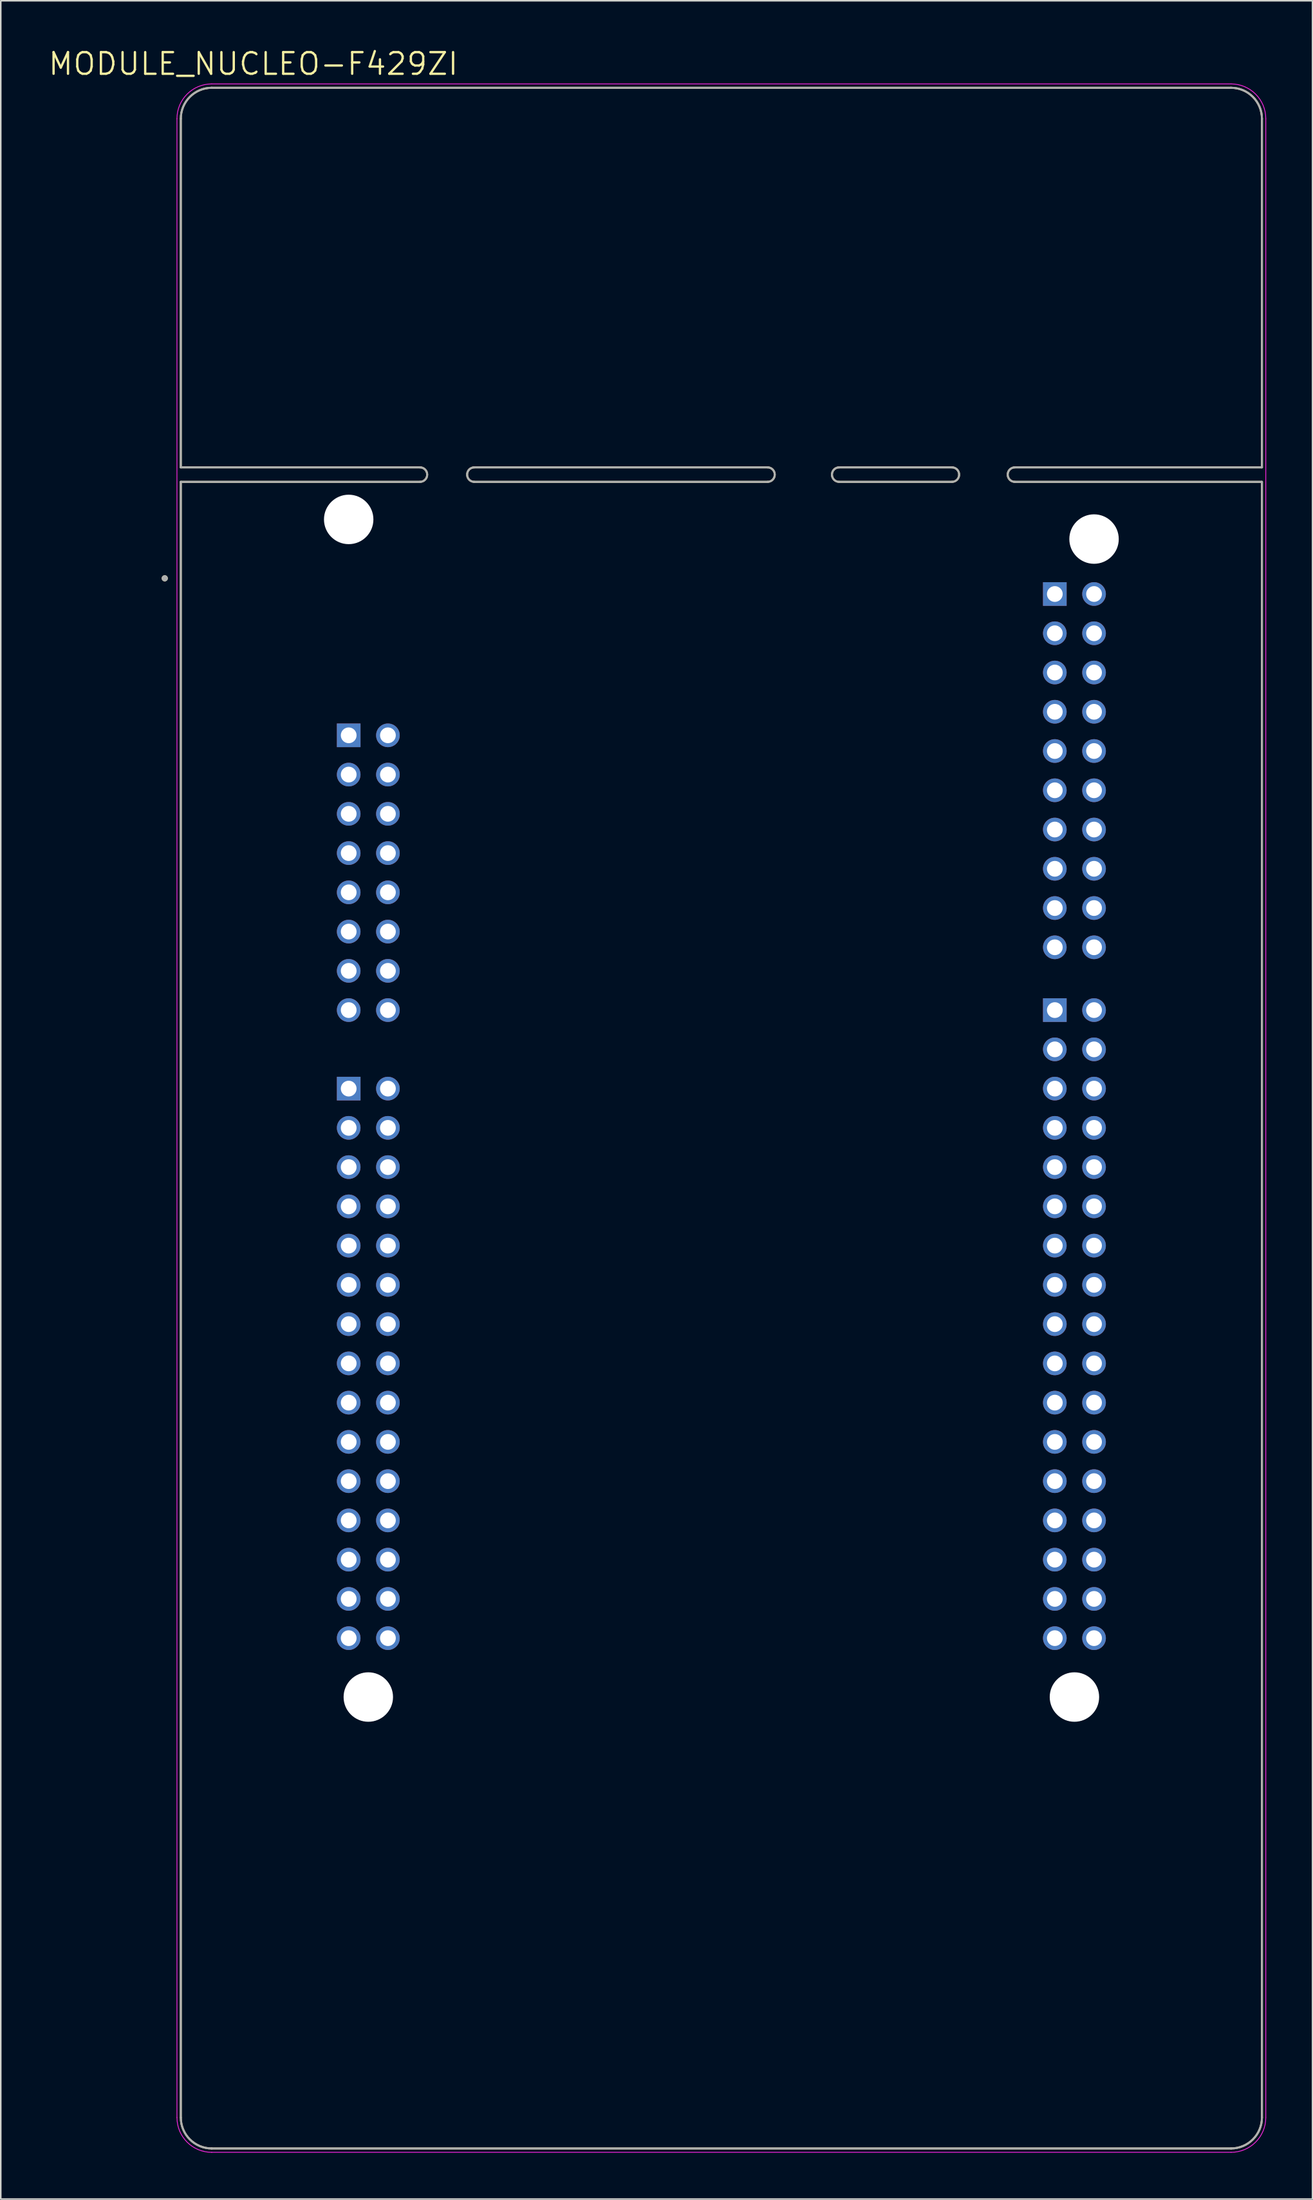
<source format=kicad_pcb>
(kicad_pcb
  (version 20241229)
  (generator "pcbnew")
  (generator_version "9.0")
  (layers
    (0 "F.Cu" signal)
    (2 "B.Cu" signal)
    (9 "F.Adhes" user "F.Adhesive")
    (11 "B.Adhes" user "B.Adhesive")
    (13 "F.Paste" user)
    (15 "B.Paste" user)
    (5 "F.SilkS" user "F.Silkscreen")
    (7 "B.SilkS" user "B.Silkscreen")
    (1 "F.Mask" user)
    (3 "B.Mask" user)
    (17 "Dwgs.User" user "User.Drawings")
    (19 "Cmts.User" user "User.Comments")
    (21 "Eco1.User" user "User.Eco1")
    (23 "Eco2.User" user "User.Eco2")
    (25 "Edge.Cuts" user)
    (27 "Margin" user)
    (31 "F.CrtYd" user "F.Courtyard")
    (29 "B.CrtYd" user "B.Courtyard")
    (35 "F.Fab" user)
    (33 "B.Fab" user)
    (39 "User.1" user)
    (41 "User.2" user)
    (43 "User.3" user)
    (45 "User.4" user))
  (footprint "MODULE_NUCLEO-F429ZI"
    (layer "F.Cu")
    (at 43.657 69.301)
    (property "Reference" "MODULE_NUCLEO-F429ZI" (at -30.305 -68.219 0) (layer "F.SilkS") (effects (font (size 1.4 1.4) (thickness 0.15))))
    (attr through_hole)
    (fp_line (start -35 -64.67) (end -35 -42.11) (stroke (width 0.127) (type solid)) (layer "F.SilkS"))
    (fp_line (start -35 -42.11) (end -19.507 -42.11) (stroke (width 0.127) (type solid)) (layer "F.SilkS"))
    (fp_line (start -35 -41.17) (end -35 64.67) (stroke (width 0.127) (type solid)) (layer "F.SilkS"))
    (fp_line (start -35 -41.17) (end -19.507 -41.17) (stroke (width 0.127) (type solid)) (layer "F.SilkS"))
    (fp_line (start -33 66.67) (end 33 66.67) (stroke (width 0.127) (type solid)) (layer "F.SilkS"))
    (fp_line (start -16.002 -42.11) (end 2.997 -42.11) (stroke (width 0.127) (type solid)) (layer "F.SilkS"))
    (fp_line (start -16.002 -41.17) (end 2.997 -41.17) (stroke (width 0.127) (type solid)) (layer "F.SilkS"))
    (fp_line (start 7.62 -42.11) (end 14.935 -42.11) (stroke (width 0.127) (type solid)) (layer "F.SilkS"))
    (fp_line (start 7.62 -41.17) (end 14.935 -41.17) (stroke (width 0.127) (type solid)) (layer "F.SilkS"))
    (fp_line (start 18.999 -42.11) (end 35 -42.11) (stroke (width 0.127) (type solid)) (layer "F.SilkS"))
    (fp_line (start 18.999 -41.17) (end 35 -41.17) (stroke (width 0.127) (type solid)) (layer "F.SilkS"))
    (fp_line (start 33 -66.67) (end -33 -66.67) (stroke (width 0.127) (type solid)) (layer "F.SilkS"))
    (fp_line (start 35 -42.11) (end 35 -64.67) (stroke (width 0.127) (type solid)) (layer "F.SilkS"))
    (fp_line (start 35 64.67) (end 35 -41.17) (stroke (width 0.127) (type solid)) (layer "F.SilkS"))
    (fp_arc (start -35 -64.67) (mid -34.414214 -66.084214) (end -33 -66.67) (stroke (width 0.127) (type solid)) (layer "F.SilkS"))
    (fp_arc (start -33 66.67) (mid -34.414214 66.084214) (end -35 64.67) (stroke (width 0.127) (type solid)) (layer "F.SilkS"))
    (fp_arc (start -19.507199 -42.11) (mid -19.044602 -41.64) (end -19.5072 -41.17) (stroke (width 0.127) (type solid)) (layer "F.SilkS"))
    (fp_arc (start -16.002001 -41.17) (mid -16.464598 -41.64) (end -16.002 -42.11) (stroke (width 0.127) (type solid)) (layer "F.SilkS"))
    (fp_arc (start 2.997201 -42.11) (mid 3.459798 -41.64) (end 2.9972 -41.17) (stroke (width 0.127) (type solid)) (layer "F.SilkS"))
    (fp_arc (start 7.619999 -41.17) (mid 7.157402 -41.64) (end 7.62 -42.11) (stroke (width 0.127) (type solid)) (layer "F.SilkS"))
    (fp_arc (start 14.935201 -42.11) (mid 15.397798 -41.64) (end 14.9352 -41.17) (stroke (width 0.127) (type solid)) (layer "F.SilkS"))
    (fp_arc (start 18.999199 -41.17) (mid 18.536602 -41.64) (end 18.9992 -42.11) (stroke (width 0.127) (type solid)) (layer "F.SilkS"))
    (fp_arc (start 33 -66.67) (mid 34.414214 -66.084214) (end 35 -64.67) (stroke (width 0.127) (type solid)) (layer "F.SilkS"))
    (fp_arc (start 35 64.67) (mid 34.414214 66.084214) (end 33 66.67) (stroke (width 0.127) (type solid)) (layer "F.SilkS"))
    (fp_circle (center -36.04 -34.93) (end -35.94 -34.93) (stroke (width 0.2) (type solid)) (fill no) (layer "F.SilkS"))
    (fp_line (start -35.25 -64.67) (end -35.25 64.67) (stroke (width 0.05) (type solid)) (layer "F.CrtYd"))
    (fp_line (start -33 66.92) (end 33 66.92) (stroke (width 0.05) (type solid)) (layer "F.CrtYd"))
    (fp_line (start 33 -66.92) (end -33 -66.92) (stroke (width 0.05) (type solid)) (layer "F.CrtYd"))
    (fp_line (start 35.25 64.67) (end 35.25 -64.67) (stroke (width 0.05) (type solid)) (layer "F.CrtYd"))
    (fp_arc (start -35.25 -64.67) (mid -34.59099 -66.26099) (end -33 -66.92) (stroke (width 0.05) (type solid)) (layer "F.CrtYd"))
    (fp_arc (start -33 66.92) (mid -34.59099 66.26099) (end -35.25 64.67) (stroke (width 0.05) (type solid)) (layer "F.CrtYd"))
    (fp_arc (start 33 -66.92) (mid 34.59099 -66.26099) (end 35.25 -64.67) (stroke (width 0.05) (type solid)) (layer "F.CrtYd"))
    (fp_arc (start 35.25 64.67) (mid 34.59099 66.26099) (end 33 66.92) (stroke (width 0.05) (type solid)) (layer "F.CrtYd"))
    (fp_line (start -35 -64.67) (end -35 -42.11) (stroke (width 0.127) (type solid)) (layer "F.Fab"))
    (fp_line (start -35 -42.11) (end -19.507 -42.11) (stroke (width 0.127) (type solid)) (layer "F.Fab"))
    (fp_line (start -35 -41.17) (end -35 64.67) (stroke (width 0.127) (type solid)) (layer "F.Fab"))
    (fp_line (start -35 -41.17) (end -19.507 -41.17) (stroke (width 0.127) (type solid)) (layer "F.Fab"))
    (fp_line (start -33 66.67) (end 33 66.67) (stroke (width 0.127) (type solid)) (layer "F.Fab"))
    (fp_line (start -16.002 -42.11) (end 2.997 -42.11) (stroke (width 0.127) (type solid)) (layer "F.Fab"))
    (fp_line (start -16.002 -41.17) (end 2.997 -41.17) (stroke (width 0.127) (type solid)) (layer "F.Fab"))
    (fp_line (start 7.62 -42.11) (end 14.935 -42.11) (stroke (width 0.127) (type solid)) (layer "F.Fab"))
    (fp_line (start 7.62 -41.17) (end 14.935 -41.17) (stroke (width 0.127) (type solid)) (layer "F.Fab"))
    (fp_line (start 18.999 -42.11) (end 35 -42.11) (stroke (width 0.127) (type solid)) (layer "F.Fab"))
    (fp_line (start 18.999 -41.17) (end 35 -41.17) (stroke (width 0.127) (type solid)) (layer "F.Fab"))
    (fp_line (start 33 -66.67) (end -33 -66.67) (stroke (width 0.127) (type solid)) (layer "F.Fab"))
    (fp_line (start 35 -42.11) (end 35 -64.67) (stroke (width 0.127) (type solid)) (layer "F.Fab"))
    (fp_line (start 35 64.67) (end 35 -41.17) (stroke (width 0.127) (type solid)) (layer "F.Fab"))
    (fp_arc (start -35 -64.67) (mid -34.414214 -66.084214) (end -33 -66.67) (stroke (width 0.127) (type solid)) (layer "F.Fab"))
    (fp_arc (start -33 66.67) (mid -34.414214 66.084214) (end -35 64.67) (stroke (width 0.127) (type solid)) (layer "F.Fab"))
    (fp_arc (start -19.507199 -42.11) (mid -19.044602 -41.64) (end -19.5072 -41.17) (stroke (width 0.127) (type solid)) (layer "F.Fab"))
    (fp_arc (start -16.002001 -41.17) (mid -16.464598 -41.64) (end -16.002 -42.11) (stroke (width 0.127) (type solid)) (layer "F.Fab"))
    (fp_arc (start 2.997201 -42.11) (mid 3.459798 -41.64) (end 2.9972 -41.17) (stroke (width 0.127) (type solid)) (layer "F.Fab"))
    (fp_arc (start 7.619999 -41.17) (mid 7.157402 -41.64) (end 7.62 -42.11) (stroke (width 0.127) (type solid)) (layer "F.Fab"))
    (fp_arc (start 14.935201 -42.11) (mid 15.397798 -41.64) (end 14.9352 -41.17) (stroke (width 0.127) (type solid)) (layer "F.Fab"))
    (fp_arc (start 18.999199 -41.17) (mid 18.536602 -41.64) (end 18.9992 -42.11) (stroke (width 0.127) (type solid)) (layer "F.Fab"))
    (fp_arc (start 33 -66.67) (mid 34.414214 -66.084214) (end 35 -64.67) (stroke (width 0.127) (type solid)) (layer "F.Fab"))
    (fp_arc (start 35 64.67) (mid 34.414214 66.084214) (end 33 66.67) (stroke (width 0.127) (type solid)) (layer "F.Fab"))
    (fp_circle (center -36.04 -34.93) (end -35.94 -34.93) (stroke (width 0.2) (type solid)) (fill no) (layer "F.Fab"))
    (pad "" np_thru_hole circle (at -24.13 -38.74) (size 3.2 3.2) (drill 3.2) (layers "*.Cu" "*.Mask"))
    (pad "" np_thru_hole circle (at -22.86 37.46) (size 3.2 3.2) (drill 3.2) (layers "*.Cu" "*.Mask"))
    (pad "" np_thru_hole circle (at 22.86 37.46) (size 3.2 3.2) (drill 3.2) (layers "*.Cu" "*.Mask"))
    (pad "" np_thru_hole circle (at 24.13 -37.47) (size 3.2 3.2) (drill 3.2) (layers "*.Cu" "*.Mask"))
    (pad "1" thru_hole circle (at -21.59 -19.69) (size 1.53 1.53) (drill 1.02) (layers "*.Cu" "*.Mask"))
    (pad "2" thru_hole circle (at -21.59 -17.15) (size 1.53 1.53) (drill 1.02) (layers "*.Cu" "*.Mask"))
    (pad "3" thru_hole circle (at -21.59 -14.61) (size 1.53 1.53) (drill 1.02) (layers "*.Cu" "*.Mask"))
    (pad "4" thru_hole circle (at -21.59 -12.07) (size 1.53 1.53) (drill 1.02) (layers "*.Cu" "*.Mask"))
    (pad "8" thru_hole circle (at -24.13 26.03) (size 1.53 1.53) (drill 1.02) (layers "*.Cu" "*.Mask"))
    (pad "11" thru_hole circle (at -21.59 28.57) (size 1.53 1.53) (drill 1.02) (layers "*.Cu" "*.Mask"))
    (pad "12" thru_hole circle (at -24.13 -22.23) (size 1.53 1.53) (drill 1.02) (layers "*.Cu" "*.Mask"))
    (pad "14" thru_hole circle (at -24.13 -19.69) (size 1.53 1.53) (drill 1.02) (layers "*.Cu" "*.Mask"))
    (pad "16" thru_hole circle (at -24.13 -17.15) (size 1.53 1.53) (drill 1.02) (layers "*.Cu" "*.Mask"))
    (pad "17" thru_hole circle (at 21.59 -23.754) (size 1.53 1.53) (drill 1.02) (layers "*.Cu" "*.Mask"))
    (pad "18" thru_hole circle (at -24.13 -14.61) (size 1.53 1.53) (drill 1.02) (layers "*.Cu" "*.Mask"))
    (pad "19" thru_hole circle (at -24.13 -12.07) (size 1.53 1.53) (drill 1.02) (layers "*.Cu" "*.Mask"))
    (pad "20" thru_hole circle (at -24.13 -9.53) (size 1.53 1.53) (drill 1.02) (layers "*.Cu" "*.Mask"))
    (pad "24" thru_hole circle (at -24.13 -6.99) (size 1.53 1.53) (drill 1.02) (layers "*.Cu" "*.Mask"))
    (pad "28" thru_hole circle (at 21.59 28.57) (size 1.53 1.53) (drill 1.02) (layers "*.Cu" "*.Mask"))
    (pad "32" thru_hole circle (at 21.59 -13.594) (size 1.53 1.53) (drill 1.02) (layers "*.Cu" "*.Mask"))
    (pad "34" thru_hole circle (at 21.59 31.11) (size 1.53 1.53) (drill 1.02) (layers "*.Cu" "*.Mask"))
    (pad "35" thru_hole circle (at 21.59 3.17) (size 1.53 1.53) (drill 1.02) (layers "*.Cu" "*.Mask"))
    (pad "37" thru_hole circle (at -24.13 3.17) (size 1.53 1.53) (drill 1.02) (layers "*.Cu" "*.Mask"))
    (pad "38" thru_hole circle (at -24.13 0.63) (size 1.53 1.53) (drill 1.02) (layers "*.Cu" "*.Mask"))
    (pad "39" thru_hole circle (at -21.59 5.71) (size 1.53 1.53) (drill 1.02) (layers "*.Cu" "*.Mask"))
    (pad "40" thru_hole circle (at -21.59 8.25) (size 1.53 1.53) (drill 1.02) (layers "*.Cu" "*.Mask"))
    (pad "41" thru_hole circle (at -21.59 3.17) (size 1.53 1.53) (drill 1.02) (layers "*.Cu" "*.Mask"))
    (pad "42" thru_hole circle (at -21.59 -9.53) (size 1.53 1.53) (drill 1.02) (layers "*.Cu" "*.Mask"))
    (pad "43" thru_hole circle (at -21.59 0.63) (size 1.53 1.53) (drill 1.02) (layers "*.Cu" "*.Mask"))
    (pad "44" thru_hole circle (at -21.59 -6.99) (size 1.53 1.53) (drill 1.02) (layers "*.Cu" "*.Mask"))
    (pad "45" thru_hole circle (at -21.59 -1.91) (size 1.53 1.53) (drill 1.02) (layers "*.Cu" "*.Mask"))
    (pad "46" thru_hole circle (at -21.59 13.33) (size 1.53 1.53) (drill 1.02) (layers "*.Cu" "*.Mask"))
    (pad "46" thru_hole circle (at 21.59 23.49) (size 1.53 1.53) (drill 1.02) (layers "*.Cu" "*.Mask"))
    (pad "47" thru_hole circle (at -21.59 23.49) (size 1.53 1.53) (drill 1.02) (layers "*.Cu" "*.Mask"))
    (pad "48" thru_hole circle (at -21.59 15.87) (size 1.53 1.53) (drill 1.02) (layers "*.Cu" "*.Mask"))
    (pad "49" thru_hole circle (at -21.59 10.79) (size 1.53 1.53) (drill 1.02) (layers "*.Cu" "*.Mask"))
    (pad "50" thru_hole circle (at -21.59 18.41) (size 1.53 1.53) (drill 1.02) (layers "*.Cu" "*.Mask"))
    (pad "51" thru_hole circle (at -24.13 20.95) (size 1.53 1.53) (drill 1.02) (layers "*.Cu" "*.Mask"))
    (pad "52" thru_hole circle (at -24.13 18.41) (size 1.53 1.53) (drill 1.02) (layers "*.Cu" "*.Mask"))
    (pad "53" thru_hole circle (at -24.13 23.49) (size 1.53 1.53) (drill 1.02) (layers "*.Cu" "*.Mask"))
    (pad "54" thru_hole circle (at -21.59 26.03) (size 1.53 1.53) (drill 1.02) (layers "*.Cu" "*.Mask"))
    (pad "55" thru_hole circle (at -24.13 31.11) (size 1.53 1.53) (drill 1.02) (layers "*.Cu" "*.Mask"))
    (pad "56" thru_hole circle (at -21.59 31.11) (size 1.53 1.53) (drill 1.02) (layers "*.Cu" "*.Mask"))
    (pad "57" thru_hole circle (at -24.13 28.57) (size 1.53 1.53) (drill 1.02) (layers "*.Cu" "*.Mask"))
    (pad "58" thru_hole circle (at -21.59 33.65) (size 1.53 1.53) (drill 1.02) (layers "*.Cu" "*.Mask"))
    (pad "59" thru_hole circle (at -24.13 33.65) (size 1.53 1.53) (drill 1.02) (layers "*.Cu" "*.Mask"))
    (pad "60" thru_hole circle (at 24.13 -26.294) (size 1.53 1.53) (drill 1.02) (layers "*.Cu" "*.Mask"))
    (pad "62" thru_hole circle (at -21.59 20.95) (size 1.53 1.53) (drill 1.02) (layers "*.Cu" "*.Mask"))
    (pad "63" thru_hole circle (at 24.13 10.79) (size 1.53 1.53) (drill 1.02) (layers "*.Cu" "*.Mask"))
    (pad "73" thru_hole circle (at -21.59 -22.23) (size 1.53 1.53) (drill 1.02) (layers "*.Cu" "*.Mask"))
    (pad "74" thru_hole circle (at -21.59 -24.77) (size 1.53 1.53) (drill 1.02) (layers "*.Cu" "*.Mask"))
    (pad "75" thru_hole circle (at 24.13 -33.914) (size 1.53 1.53) (drill 1.02) (layers "*.Cu" "*.Mask"))
    (pad "76" thru_hole rect (at 21.59 -33.914) (size 1.53 1.53) (drill 1.02) (layers "*.Cu" "*.Mask"))
    (pad "77" thru_hole circle (at 24.13 -31.374) (size 1.53 1.53) (drill 1.02) (layers "*.Cu" "*.Mask"))
    (pad "79" thru_hole rect (at 21.59 -6.99) (size 1.53 1.53) (drill 1.02) (layers "*.Cu" "*.Mask"))
    (pad "79" thru_hole circle (at 24.13 -28.834) (size 1.53 1.53) (drill 1.02) (layers "*.Cu" "*.Mask"))
    (pad "81" thru_hole circle (at 21.59 26.03) (size 1.53 1.53) (drill 1.02) (layers "*.Cu" "*.Mask"))
    (pad "83" thru_hole circle (at 24.13 -23.754) (size 1.53 1.53) (drill 1.02) (layers "*.Cu" "*.Mask"))
    (pad "85" thru_hole circle (at 24.13 -21.214) (size 1.53 1.53) (drill 1.02) (layers "*.Cu" "*.Mask"))
    (pad "87" thru_hole circle (at -24.13 15.87) (size 1.53 1.53) (drill 1.02) (layers "*.Cu" "*.Mask"))
    (pad "87" thru_hole circle (at 24.13 -18.674) (size 1.53 1.53) (drill 1.02) (layers "*.Cu" "*.Mask"))
    (pad "88" thru_hole circle (at 21.59 -26.294) (size 1.53 1.53) (drill 1.02) (layers "*.Cu" "*.Mask"))
    (pad "89" thru_hole circle (at 21.59 8.25) (size 1.53 1.53) (drill 1.02) (layers "*.Cu" "*.Mask"))
    (pad "90" thru_hole circle (at 24.13 33.65) (size 1.53 1.53) (drill 1.02) (layers "*.Cu" "*.Mask"))
    (pad "91" thru_hole circle (at 21.59 -21.214) (size 1.53 1.53) (drill 1.02) (layers "*.Cu" "*.Mask"))
    (pad "92" thru_hole circle (at 24.13 18.41) (size 1.53 1.53) (drill 1.02) (layers "*.Cu" "*.Mask"))
    (pad "94" thru_hole circle (at 21.59 10.79) (size 1.53 1.53) (drill 1.02) (layers "*.Cu" "*.Mask"))
    (pad "96" thru_hole circle (at 21.59 0.63) (size 1.53 1.53) (drill 1.02) (layers "*.Cu" "*.Mask"))
    (pad "97" thru_hole circle (at 24.13 31.11) (size 1.53 1.53) (drill 1.02) (layers "*.Cu" "*.Mask"))
    (pad "98" thru_hole circle (at 21.59 -31.374) (size 1.53 1.53) (drill 1.02) (layers "*.Cu" "*.Mask"))
    (pad "99" thru_hole circle (at 21.59 -11.054) (size 1.53 1.53) (drill 1.02) (layers "*.Cu" "*.Mask"))
    (pad "101" thru_hole circle (at 21.59 -18.674) (size 1.53 1.53) (drill 1.02) (layers "*.Cu" "*.Mask"))
    (pad "102" thru_hole circle (at 21.59 -28.834) (size 1.53 1.53) (drill 1.02) (layers "*.Cu" "*.Mask"))
    (pad "103" thru_hole circle (at 21.59 -16.134) (size 1.53 1.53) (drill 1.02) (layers "*.Cu" "*.Mask"))
    (pad "104" thru_hole circle (at 21.59 -4.45) (size 1.53 1.53) (drill 1.02) (layers "*.Cu" "*.Mask"))
    (pad "108" thru_hole circle (at -24.13 8.25) (size 1.53 1.53) (drill 1.02) (layers "*.Cu" "*.Mask"))
    (pad "109" thru_hole rect (at -24.13 -1.91) (size 1.53 1.53) (drill 1.02) (layers "*.Cu" "*.Mask"))
    (pad "110" thru_hole circle (at 21.59 5.71) (size 1.53 1.53) (drill 1.02) (layers "*.Cu" "*.Mask"))
    (pad "111" thru_hole circle (at 21.59 -1.91) (size 1.53 1.53) (drill 1.02) (layers "*.Cu" "*.Mask"))
    (pad "112" thru_hole circle (at 24.13 13.33) (size 1.53 1.53) (drill 1.02) (layers "*.Cu" "*.Mask"))
    (pad "113" thru_hole circle (at 21.59 15.87) (size 1.53 1.53) (drill 1.02) (layers "*.Cu" "*.Mask"))
    (pad "114" thru_hole circle (at -24.13 10.79) (size 1.53 1.53) (drill 1.02) (layers "*.Cu" "*.Mask"))
    (pad "115" thru_hole circle (at 21.59 18.41) (size 1.53 1.53) (drill 1.02) (layers "*.Cu" "*.Mask"))
    (pad "116" thru_hole circle (at 24.13 15.87) (size 1.53 1.53) (drill 1.02) (layers "*.Cu" "*.Mask"))
    (pad "117" thru_hole circle (at 21.59 20.95) (size 1.53 1.53) (drill 1.02) (layers "*.Cu" "*.Mask"))
    (pad "118" thru_hole circle (at 24.13 -16.134) (size 1.53 1.53) (drill 1.02) (layers "*.Cu" "*.Mask"))
    (pad "119" thru_hole circle (at 24.13 20.95) (size 1.53 1.53) (drill 1.02) (layers "*.Cu" "*.Mask"))
    (pad "120" thru_hole circle (at 24.13 -13.594) (size 1.53 1.53) (drill 1.02) (layers "*.Cu" "*.Mask"))
    (pad "121" thru_hole circle (at 24.13 23.49) (size 1.53 1.53) (drill 1.02) (layers "*.Cu" "*.Mask"))
    (pad "122" thru_hole circle (at 24.13 0.63) (size 1.53 1.53) (drill 1.02) (layers "*.Cu" "*.Mask"))
    (pad "123" thru_hole circle (at 24.13 26.03) (size 1.53 1.53) (drill 1.02) (layers "*.Cu" "*.Mask"))
    (pad "124" thru_hole circle (at 24.13 -4.45) (size 1.53 1.53) (drill 1.02) (layers "*.Cu" "*.Mask"))
    (pad "125" thru_hole circle (at 24.13 28.57) (size 1.53 1.53) (drill 1.02) (layers "*.Cu" "*.Mask"))
    (pad "127" thru_hole circle (at 24.13 3.17) (size 1.53 1.53) (drill 1.02) (layers "*.Cu" "*.Mask"))
    (pad "128" thru_hole circle (at 24.13 -1.91) (size 1.53 1.53) (drill 1.02) (layers "*.Cu" "*.Mask"))
    (pad "129" thru_hole circle (at 24.13 -6.99) (size 1.53 1.53) (drill 1.02) (layers "*.Cu" "*.Mask"))
    (pad "130" thru_hole circle (at -24.13 5.71) (size 1.53 1.53) (drill 1.02) (layers "*.Cu" "*.Mask"))
    (pad "131" thru_hole circle (at 24.13 -11.054) (size 1.53 1.53) (drill 1.02) (layers "*.Cu" "*.Mask"))
    (pad "132" thru_hole circle (at 24.13 5.71) (size 1.53 1.53) (drill 1.02) (layers "*.Cu" "*.Mask"))
    (pad "133" thru_hole circle (at 24.13 8.25) (size 1.53 1.53) (drill 1.02) (layers "*.Cu" "*.Mask"))
    (pad "136" thru_hole circle (at 21.59 33.65) (size 1.53 1.53) (drill 1.02) (layers "*.Cu" "*.Mask"))
    (pad "144" thru_hole circle (at 21.59 13.33) (size 1.53 1.53) (drill 1.02) (layers "*.Cu" "*.Mask"))
    (pad "NC" thru_hole rect (at -24.13 -24.77) (size 1.53 1.53) (drill 1.02) (layers "*.Cu" "*.Mask"))
    (pad "NC" thru_hole circle (at -24.13 13.33) (size 1.53 1.53) (drill 1.02) (layers "*.Cu" "*.Mask")))
  (gr_rect
    (start -3 -3)
    (end 81.932 139.246)
    (stroke (width 0.1) (type default))
    (fill no)
    (layer "Edge.Cuts")))
</source>
